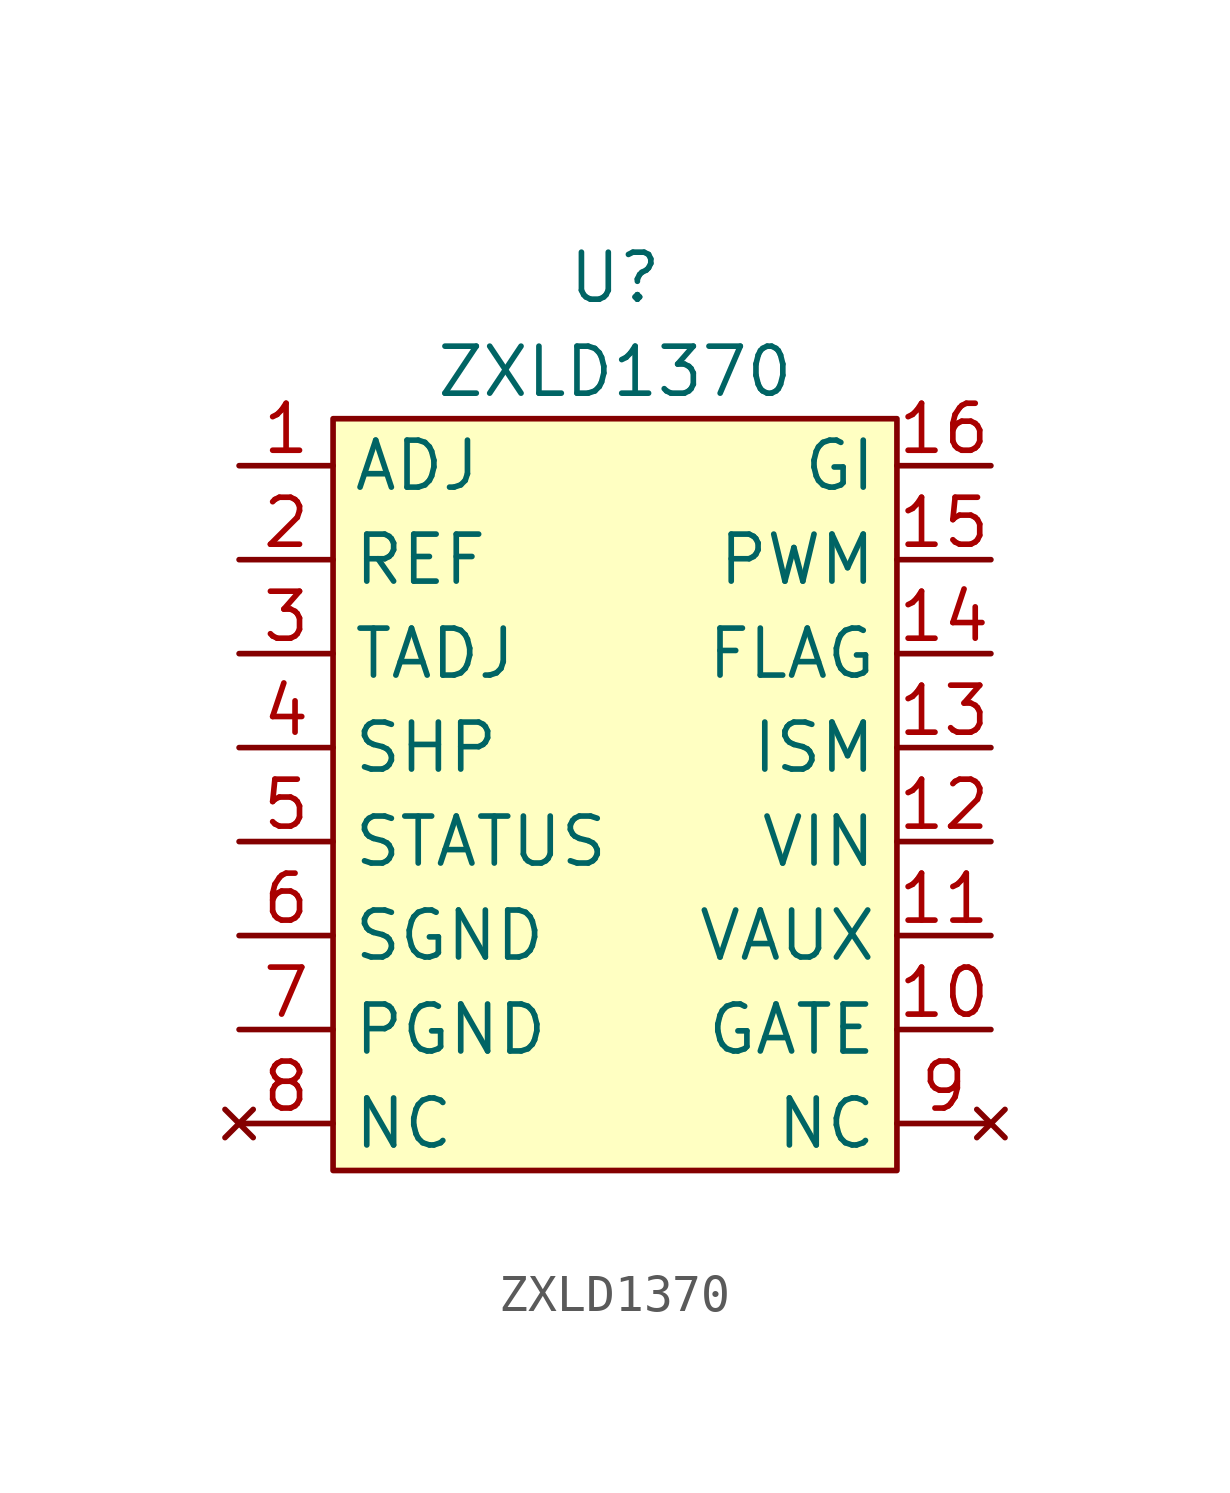
<source format=kicad_sym>
(kicad_symbol_lib
  (version 20211014)
  (generator kicad_symbol_editor)
  (symbol "ZXLD1370"
    (property "Reference" "U"
      (at 0 8.89 0)
      (effects (font (size 1.27 1.27))))
    (property "Value" "ZXLD1370"
      (at 0 6.35 0)
      (effects (font (size 1.27 1.27))))
    (symbol "ZXLD1370_0_1"
      (rectangle (start -7.62 5.08) (end 7.62 -15.24) (stroke (width 0) (type default) (color 0 0 0 0)) (fill (type background))))
    (symbol "ZXLD1370_1_1"
      (pin input line (at -10.16 3.81 0) (length 2.54) (name "ADJ" (effects (font (size 1.27 1.27)))) (number "1" (effects (font (size 1.27 1.27)))))
      (pin output line (at 10.16 -11.43 180) (length 2.54) (name "GATE" (effects (font (size 1.27 1.27)))) (number "10" (effects (font (size 1.27 1.27)))))
      (pin input line (at 10.16 -8.89 180) (length 2.54) (name "VAUX" (effects (font (size 1.27 1.27)))) (number "11" (effects (font (size 1.27 1.27)))))
      (pin input line (at 10.16 -6.35 180) (length 2.54) (name "VIN" (effects (font (size 1.27 1.27)))) (number "12" (effects (font (size 1.27 1.27)))))
      (pin input line (at 10.16 -3.81 180) (length 2.54) (name "ISM" (effects (font (size 1.27 1.27)))) (number "13" (effects (font (size 1.27 1.27)))))
      (pin input line (at 10.16 -1.27 180) (length 2.54) (name "FLAG" (effects (font (size 1.27 1.27)))) (number "14" (effects (font (size 1.27 1.27)))))
      (pin input line (at 10.16 1.27 180) (length 2.54) (name "PWM" (effects (font (size 1.27 1.27)))) (number "15" (effects (font (size 1.27 1.27)))))
      (pin input line (at 10.16 3.81 180) (length 2.54) (name "GI" (effects (font (size 1.27 1.27)))) (number "16" (effects (font (size 1.27 1.27)))))
      (pin input line (at -10.16 1.27 0) (length 2.54) (name "REF" (effects (font (size 1.27 1.27)))) (number "2" (effects (font (size 1.27 1.27)))))
      (pin input line (at -10.16 -1.27 0) (length 2.54) (name "TADJ" (effects (font (size 1.27 1.27)))) (number "3" (effects (font (size 1.27 1.27)))))
      (pin input line (at -10.16 -3.81 0) (length 2.54) (name "SHP" (effects (font (size 1.27 1.27)))) (number "4" (effects (font (size 1.27 1.27)))))
      (pin input line (at -10.16 -6.35 0) (length 2.54) (name "STATUS" (effects (font (size 1.27 1.27)))) (number "5" (effects (font (size 1.27 1.27)))))
      (pin input line (at -10.16 -8.89 0) (length 2.54) (name "SGND" (effects (font (size 1.27 1.27)))) (number "6" (effects (font (size 1.27 1.27)))))
      (pin input line (at -10.16 -11.43 0) (length 2.54) (name "PGND" (effects (font (size 1.27 1.27)))) (number "7" (effects (font (size 1.27 1.27)))))
      (pin no_connect line (at -10.16 -13.97 0) (length 2.54) (name "NC" (effects (font (size 1.27 1.27)))) (number "8" (effects (font (size 1.27 1.27)))))
      (pin no_connect line (at 10.16 -13.97 180) (length 2.54) (name "NC" (effects (font (size 1.27 1.27)))) (number "9" (effects (font (size 1.27 1.27))))))))
</source>
